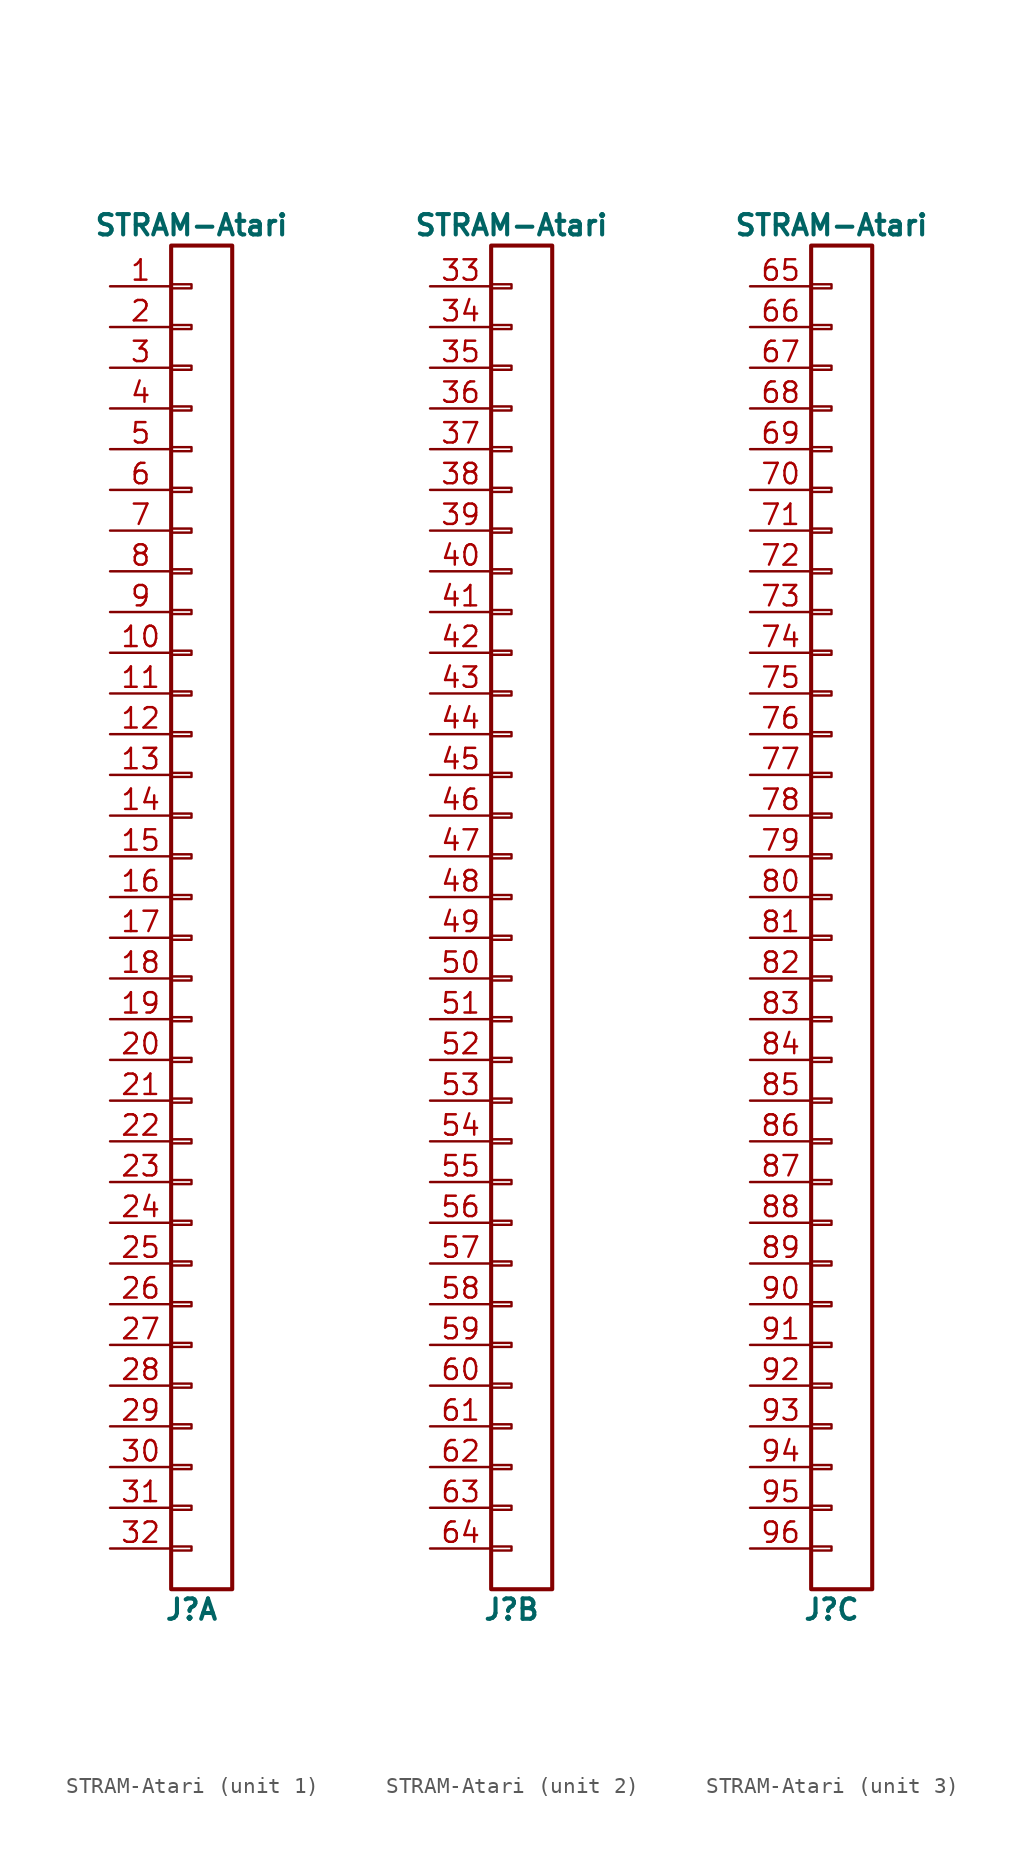
<source format=kicad_sym>
(kicad_symbol_lib
  (version 20231120)
  (generator "kicad_symbol_editor")
  (generator_version "8.0")
  (symbol "STRAM-Atari"
    (pin_names
      (offset 1.016) hide)
    (property "Reference" "J"
      (at 0 -44.45 0)
      (effects (font (size 1.27 1.27) (bold yes))))
    (property "Value" "STRAM-Atari"
      (at 0 41.91 0)
      (effects (font (size 1.27 1.27) (bold yes))))
    (symbol "STRAM-Atari_1_1"
      (rectangle (start -1.27 -40.513) (end 0 -40.767) (stroke (width 0.152) (type solid)) (fill (type none)))
      (rectangle (start -1.27 -37.973) (end 0 -38.227) (stroke (width 0.152) (type solid)) (fill (type none)))
      (rectangle (start -1.27 -35.433) (end 0 -35.687) (stroke (width 0.152) (type solid)) (fill (type none)))
      (rectangle (start -1.27 -32.893) (end 0 -33.147) (stroke (width 0.152) (type solid)) (fill (type none)))
      (rectangle (start -1.27 -30.353) (end 0 -30.607) (stroke (width 0.152) (type solid)) (fill (type none)))
      (rectangle (start -1.27 -27.813) (end 0 -28.067) (stroke (width 0.152) (type solid)) (fill (type none)))
      (rectangle (start -1.27 -25.273) (end 0 -25.527) (stroke (width 0.152) (type solid)) (fill (type none)))
      (rectangle (start -1.27 -22.733) (end 0 -22.987) (stroke (width 0.152) (type solid)) (fill (type none)))
      (rectangle (start -1.27 -20.193) (end 0 -20.447) (stroke (width 0.152) (type solid)) (fill (type none)))
      (rectangle (start -1.27 -17.653) (end 0 -17.907) (stroke (width 0.152) (type solid)) (fill (type none)))
      (rectangle (start -1.27 -15.113) (end 0 -15.367) (stroke (width 0.152) (type solid)) (fill (type none)))
      (rectangle (start -1.27 -12.573) (end 0 -12.827) (stroke (width 0.152) (type solid)) (fill (type none)))
      (rectangle (start -1.27 -10.033) (end 0 -10.287) (stroke (width 0.152) (type solid)) (fill (type none)))
      (rectangle (start -1.27 -7.493) (end 0 -7.747) (stroke (width 0.152) (type solid)) (fill (type none)))
      (rectangle (start -1.27 -4.953) (end 0 -5.207) (stroke (width 0.152) (type solid)) (fill (type none)))
      (rectangle (start -1.27 -2.413) (end 0 -2.667) (stroke (width 0.152) (type solid)) (fill (type none)))
      (rectangle (start -1.27 0.127) (end 0 -0.127) (stroke (width 0.152) (type solid)) (fill (type none)))
      (rectangle (start -1.27 2.667) (end 0 2.413) (stroke (width 0.152) (type solid)) (fill (type none)))
      (rectangle (start -1.27 5.207) (end 0 4.953) (stroke (width 0.152) (type solid)) (fill (type none)))
      (rectangle (start -1.27 7.747) (end 0 7.493) (stroke (width 0.152) (type solid)) (fill (type none)))
      (rectangle (start -1.27 10.287) (end 0 10.033) (stroke (width 0.152) (type solid)) (fill (type none)))
      (rectangle (start -1.27 12.827) (end 0 12.573) (stroke (width 0.152) (type solid)) (fill (type none)))
      (rectangle (start -1.27 15.367) (end 0 15.113) (stroke (width 0.152) (type solid)) (fill (type none)))
      (rectangle (start -1.27 17.907) (end 0 17.653) (stroke (width 0.152) (type solid)) (fill (type none)))
      (rectangle (start -1.27 20.447) (end 0 20.193) (stroke (width 0.152) (type solid)) (fill (type none)))
      (rectangle (start -1.27 22.987) (end 0 22.733) (stroke (width 0.152) (type solid)) (fill (type none)))
      (rectangle (start -1.27 25.527) (end 0 25.273) (stroke (width 0.152) (type solid)) (fill (type none)))
      (rectangle (start -1.27 28.067) (end 0 27.813) (stroke (width 0.152) (type solid)) (fill (type none)))
      (rectangle (start -1.27 30.607) (end 0 30.353) (stroke (width 0.152) (type solid)) (fill (type none)))
      (rectangle (start -1.27 33.147) (end 0 32.893) (stroke (width 0.152) (type solid)) (fill (type none)))
      (rectangle (start -1.27 35.687) (end 0 35.433) (stroke (width 0.152) (type solid)) (fill (type none)))
      (rectangle (start -1.27 38.227) (end 0 37.973) (stroke (width 0.152) (type solid)) (fill (type none)))
      (rectangle (start -1.27 40.64) (end 2.54 -43.18) (stroke (width 0.254) (type solid)) (fill (type none)))
      (pin passive line (at -5.08 38.1 0) (length 3.81) (name "Pin_1" (effects (font (size 1.27 1.27)))) (number "1" (effects (font (size 1.27 1.27)))))
      (pin passive line (at -5.08 15.24 0) (length 3.81) (name "Pin_10" (effects (font (size 1.27 1.27)))) (number "10" (effects (font (size 1.27 1.27)))))
      (pin passive line (at -5.08 12.7 0) (length 3.81) (name "Pin_11" (effects (font (size 1.27 1.27)))) (number "11" (effects (font (size 1.27 1.27)))))
      (pin passive line (at -5.08 10.16 0) (length 3.81) (name "Pin_12" (effects (font (size 1.27 1.27)))) (number "12" (effects (font (size 1.27 1.27)))))
      (pin passive line (at -5.08 7.62 0) (length 3.81) (name "Pin_13" (effects (font (size 1.27 1.27)))) (number "13" (effects (font (size 1.27 1.27)))))
      (pin passive line (at -5.08 5.08 0) (length 3.81) (name "Pin_14" (effects (font (size 1.27 1.27)))) (number "14" (effects (font (size 1.27 1.27)))))
      (pin passive line (at -5.08 2.54 0) (length 3.81) (name "Pin_15" (effects (font (size 1.27 1.27)))) (number "15" (effects (font (size 1.27 1.27)))))
      (pin passive line (at -5.08 0 0) (length 3.81) (name "Pin_16" (effects (font (size 1.27 1.27)))) (number "16" (effects (font (size 1.27 1.27)))))
      (pin passive line (at -5.08 -2.54 0) (length 3.81) (name "Pin_17" (effects (font (size 1.27 1.27)))) (number "17" (effects (font (size 1.27 1.27)))))
      (pin passive line (at -5.08 -5.08 0) (length 3.81) (name "Pin_18" (effects (font (size 1.27 1.27)))) (number "18" (effects (font (size 1.27 1.27)))))
      (pin passive line (at -5.08 -7.62 0) (length 3.81) (name "Pin_19" (effects (font (size 1.27 1.27)))) (number "19" (effects (font (size 1.27 1.27)))))
      (pin passive line (at -5.08 35.56 0) (length 3.81) (name "Pin_2" (effects (font (size 1.27 1.27)))) (number "2" (effects (font (size 1.27 1.27)))))
      (pin passive line (at -5.08 -10.16 0) (length 3.81) (name "Pin_20" (effects (font (size 1.27 1.27)))) (number "20" (effects (font (size 1.27 1.27)))))
      (pin passive line (at -5.08 -12.7 0) (length 3.81) (name "Pin_21" (effects (font (size 1.27 1.27)))) (number "21" (effects (font (size 1.27 1.27)))))
      (pin passive line (at -5.08 -15.24 0) (length 3.81) (name "Pin_22" (effects (font (size 1.27 1.27)))) (number "22" (effects (font (size 1.27 1.27)))))
      (pin passive line (at -5.08 -17.78 0) (length 3.81) (name "Pin_23" (effects (font (size 1.27 1.27)))) (number "23" (effects (font (size 1.27 1.27)))))
      (pin passive line (at -5.08 -20.32 0) (length 3.81) (name "Pin_24" (effects (font (size 1.27 1.27)))) (number "24" (effects (font (size 1.27 1.27)))))
      (pin passive line (at -5.08 -22.86 0) (length 3.81) (name "Pin_25" (effects (font (size 1.27 1.27)))) (number "25" (effects (font (size 1.27 1.27)))))
      (pin passive line (at -5.08 -25.4 0) (length 3.81) (name "Pin_26" (effects (font (size 1.27 1.27)))) (number "26" (effects (font (size 1.27 1.27)))))
      (pin passive line (at -5.08 -27.94 0) (length 3.81) (name "Pin_27" (effects (font (size 1.27 1.27)))) (number "27" (effects (font (size 1.27 1.27)))))
      (pin passive line (at -5.08 -30.48 0) (length 3.81) (name "Pin_28" (effects (font (size 1.27 1.27)))) (number "28" (effects (font (size 1.27 1.27)))))
      (pin passive line (at -5.08 -33.02 0) (length 3.81) (name "Pin_29" (effects (font (size 1.27 1.27)))) (number "29" (effects (font (size 1.27 1.27)))))
      (pin passive line (at -5.08 33.02 0) (length 3.81) (name "Pin_3" (effects (font (size 1.27 1.27)))) (number "3" (effects (font (size 1.27 1.27)))))
      (pin passive line (at -5.08 -35.56 0) (length 3.81) (name "Pin_30" (effects (font (size 1.27 1.27)))) (number "30" (effects (font (size 1.27 1.27)))))
      (pin passive line (at -5.08 -38.1 0) (length 3.81) (name "Pin_31" (effects (font (size 1.27 1.27)))) (number "31" (effects (font (size 1.27 1.27)))))
      (pin passive line (at -5.08 -40.64 0) (length 3.81) (name "Pin_32" (effects (font (size 1.27 1.27)))) (number "32" (effects (font (size 1.27 1.27)))))
      (pin passive line (at -5.08 30.48 0) (length 3.81) (name "Pin_4" (effects (font (size 1.27 1.27)))) (number "4" (effects (font (size 1.27 1.27)))))
      (pin passive line (at -5.08 27.94 0) (length 3.81) (name "Pin_5" (effects (font (size 1.27 1.27)))) (number "5" (effects (font (size 1.27 1.27)))))
      (pin passive line (at -5.08 25.4 0) (length 3.81) (name "Pin_6" (effects (font (size 1.27 1.27)))) (number "6" (effects (font (size 1.27 1.27)))))
      (pin passive line (at -5.08 22.86 0) (length 3.81) (name "Pin_7" (effects (font (size 1.27 1.27)))) (number "7" (effects (font (size 1.27 1.27)))))
      (pin passive line (at -5.08 20.32 0) (length 3.81) (name "Pin_8" (effects (font (size 1.27 1.27)))) (number "8" (effects (font (size 1.27 1.27)))))
      (pin passive line (at -5.08 17.78 0) (length 3.81) (name "Pin_9" (effects (font (size 1.27 1.27)))) (number "9" (effects (font (size 1.27 1.27))))))
    (symbol "STRAM-Atari_2_1"
      (rectangle (start -1.27 -40.513) (end 0 -40.767) (stroke (width 0.152) (type solid)) (fill (type none)))
      (rectangle (start -1.27 -37.973) (end 0 -38.227) (stroke (width 0.152) (type solid)) (fill (type none)))
      (rectangle (start -1.27 -35.433) (end 0 -35.687) (stroke (width 0.152) (type solid)) (fill (type none)))
      (rectangle (start -1.27 -32.893) (end 0 -33.147) (stroke (width 0.152) (type solid)) (fill (type none)))
      (rectangle (start -1.27 -30.353) (end 0 -30.607) (stroke (width 0.152) (type solid)) (fill (type none)))
      (rectangle (start -1.27 -27.813) (end 0 -28.067) (stroke (width 0.152) (type solid)) (fill (type none)))
      (rectangle (start -1.27 -25.273) (end 0 -25.527) (stroke (width 0.152) (type solid)) (fill (type none)))
      (rectangle (start -1.27 -22.733) (end 0 -22.987) (stroke (width 0.152) (type solid)) (fill (type none)))
      (rectangle (start -1.27 -20.193) (end 0 -20.447) (stroke (width 0.152) (type solid)) (fill (type none)))
      (rectangle (start -1.27 -17.653) (end 0 -17.907) (stroke (width 0.152) (type solid)) (fill (type none)))
      (rectangle (start -1.27 -15.113) (end 0 -15.367) (stroke (width 0.152) (type solid)) (fill (type none)))
      (rectangle (start -1.27 -12.573) (end 0 -12.827) (stroke (width 0.152) (type solid)) (fill (type none)))
      (rectangle (start -1.27 -10.033) (end 0 -10.287) (stroke (width 0.152) (type solid)) (fill (type none)))
      (rectangle (start -1.27 -7.493) (end 0 -7.747) (stroke (width 0.152) (type solid)) (fill (type none)))
      (rectangle (start -1.27 -4.953) (end 0 -5.207) (stroke (width 0.152) (type solid)) (fill (type none)))
      (rectangle (start -1.27 -2.413) (end 0 -2.667) (stroke (width 0.152) (type solid)) (fill (type none)))
      (rectangle (start -1.27 0.127) (end 0 -0.127) (stroke (width 0.152) (type solid)) (fill (type none)))
      (rectangle (start -1.27 2.667) (end 0 2.413) (stroke (width 0.152) (type solid)) (fill (type none)))
      (rectangle (start -1.27 5.207) (end 0 4.953) (stroke (width 0.152) (type solid)) (fill (type none)))
      (rectangle (start -1.27 7.747) (end 0 7.493) (stroke (width 0.152) (type solid)) (fill (type none)))
      (rectangle (start -1.27 10.287) (end 0 10.033) (stroke (width 0.152) (type solid)) (fill (type none)))
      (rectangle (start -1.27 12.827) (end 0 12.573) (stroke (width 0.152) (type solid)) (fill (type none)))
      (rectangle (start -1.27 15.367) (end 0 15.113) (stroke (width 0.152) (type solid)) (fill (type none)))
      (rectangle (start -1.27 17.907) (end 0 17.653) (stroke (width 0.152) (type solid)) (fill (type none)))
      (rectangle (start -1.27 20.447) (end 0 20.193) (stroke (width 0.152) (type solid)) (fill (type none)))
      (rectangle (start -1.27 22.987) (end 0 22.733) (stroke (width 0.152) (type solid)) (fill (type none)))
      (rectangle (start -1.27 25.527) (end 0 25.273) (stroke (width 0.152) (type solid)) (fill (type none)))
      (rectangle (start -1.27 28.067) (end 0 27.813) (stroke (width 0.152) (type solid)) (fill (type none)))
      (rectangle (start -1.27 30.607) (end 0 30.353) (stroke (width 0.152) (type solid)) (fill (type none)))
      (rectangle (start -1.27 33.147) (end 0 32.893) (stroke (width 0.152) (type solid)) (fill (type none)))
      (rectangle (start -1.27 35.687) (end 0 35.433) (stroke (width 0.152) (type solid)) (fill (type none)))
      (rectangle (start -1.27 38.227) (end 0 37.973) (stroke (width 0.152) (type solid)) (fill (type none)))
      (rectangle (start -1.27 40.64) (end 2.54 -43.18) (stroke (width 0.254) (type solid)) (fill (type none)))
      (pin passive line (at -5.08 38.1 0) (length 3.81) (name "Pin_1" (effects (font (size 1.27 1.27)))) (number "33" (effects (font (size 1.27 1.27)))))
      (pin passive line (at -5.08 35.56 0) (length 3.81) (name "Pin_2" (effects (font (size 1.27 1.27)))) (number "34" (effects (font (size 1.27 1.27)))))
      (pin passive line (at -5.08 33.02 0) (length 3.81) (name "Pin_3" (effects (font (size 1.27 1.27)))) (number "35" (effects (font (size 1.27 1.27)))))
      (pin passive line (at -5.08 30.48 0) (length 3.81) (name "Pin_4" (effects (font (size 1.27 1.27)))) (number "36" (effects (font (size 1.27 1.27)))))
      (pin passive line (at -5.08 27.94 0) (length 3.81) (name "Pin_5" (effects (font (size 1.27 1.27)))) (number "37" (effects (font (size 1.27 1.27)))))
      (pin passive line (at -5.08 25.4 0) (length 3.81) (name "Pin_6" (effects (font (size 1.27 1.27)))) (number "38" (effects (font (size 1.27 1.27)))))
      (pin passive line (at -5.08 22.86 0) (length 3.81) (name "Pin_7" (effects (font (size 1.27 1.27)))) (number "39" (effects (font (size 1.27 1.27)))))
      (pin passive line (at -5.08 20.32 0) (length 3.81) (name "Pin_8" (effects (font (size 1.27 1.27)))) (number "40" (effects (font (size 1.27 1.27)))))
      (pin passive line (at -5.08 17.78 0) (length 3.81) (name "Pin_9" (effects (font (size 1.27 1.27)))) (number "41" (effects (font (size 1.27 1.27)))))
      (pin passive line (at -5.08 15.24 0) (length 3.81) (name "Pin_10" (effects (font (size 1.27 1.27)))) (number "42" (effects (font (size 1.27 1.27)))))
      (pin passive line (at -5.08 12.7 0) (length 3.81) (name "Pin_11" (effects (font (size 1.27 1.27)))) (number "43" (effects (font (size 1.27 1.27)))))
      (pin passive line (at -5.08 10.16 0) (length 3.81) (name "Pin_12" (effects (font (size 1.27 1.27)))) (number "44" (effects (font (size 1.27 1.27)))))
      (pin passive line (at -5.08 7.62 0) (length 3.81) (name "Pin_13" (effects (font (size 1.27 1.27)))) (number "45" (effects (font (size 1.27 1.27)))))
      (pin passive line (at -5.08 5.08 0) (length 3.81) (name "Pin_14" (effects (font (size 1.27 1.27)))) (number "46" (effects (font (size 1.27 1.27)))))
      (pin passive line (at -5.08 2.54 0) (length 3.81) (name "Pin_15" (effects (font (size 1.27 1.27)))) (number "47" (effects (font (size 1.27 1.27)))))
      (pin passive line (at -5.08 0 0) (length 3.81) (name "Pin_16" (effects (font (size 1.27 1.27)))) (number "48" (effects (font (size 1.27 1.27)))))
      (pin passive line (at -5.08 -2.54 0) (length 3.81) (name "Pin_17" (effects (font (size 1.27 1.27)))) (number "49" (effects (font (size 1.27 1.27)))))
      (pin passive line (at -5.08 -5.08 0) (length 3.81) (name "Pin_18" (effects (font (size 1.27 1.27)))) (number "50" (effects (font (size 1.27 1.27)))))
      (pin passive line (at -5.08 -7.62 0) (length 3.81) (name "Pin_19" (effects (font (size 1.27 1.27)))) (number "51" (effects (font (size 1.27 1.27)))))
      (pin passive line (at -5.08 -10.16 0) (length 3.81) (name "Pin_20" (effects (font (size 1.27 1.27)))) (number "52" (effects (font (size 1.27 1.27)))))
      (pin passive line (at -5.08 -12.7 0) (length 3.81) (name "Pin_21" (effects (font (size 1.27 1.27)))) (number "53" (effects (font (size 1.27 1.27)))))
      (pin passive line (at -5.08 -15.24 0) (length 3.81) (name "Pin_22" (effects (font (size 1.27 1.27)))) (number "54" (effects (font (size 1.27 1.27)))))
      (pin passive line (at -5.08 -17.78 0) (length 3.81) (name "Pin_23" (effects (font (size 1.27 1.27)))) (number "55" (effects (font (size 1.27 1.27)))))
      (pin passive line (at -5.08 -20.32 0) (length 3.81) (name "Pin_24" (effects (font (size 1.27 1.27)))) (number "56" (effects (font (size 1.27 1.27)))))
      (pin passive line (at -5.08 -22.86 0) (length 3.81) (name "Pin_25" (effects (font (size 1.27 1.27)))) (number "57" (effects (font (size 1.27 1.27)))))
      (pin passive line (at -5.08 -25.4 0) (length 3.81) (name "Pin_26" (effects (font (size 1.27 1.27)))) (number "58" (effects (font (size 1.27 1.27)))))
      (pin passive line (at -5.08 -27.94 0) (length 3.81) (name "Pin_27" (effects (font (size 1.27 1.27)))) (number "59" (effects (font (size 1.27 1.27)))))
      (pin passive line (at -5.08 -30.48 0) (length 3.81) (name "Pin_28" (effects (font (size 1.27 1.27)))) (number "60" (effects (font (size 1.27 1.27)))))
      (pin passive line (at -5.08 -33.02 0) (length 3.81) (name "Pin_29" (effects (font (size 1.27 1.27)))) (number "61" (effects (font (size 1.27 1.27)))))
      (pin passive line (at -5.08 -35.56 0) (length 3.81) (name "Pin_30" (effects (font (size 1.27 1.27)))) (number "62" (effects (font (size 1.27 1.27)))))
      (pin passive line (at -5.08 -38.1 0) (length 3.81) (name "Pin_31" (effects (font (size 1.27 1.27)))) (number "63" (effects (font (size 1.27 1.27)))))
      (pin passive line (at -5.08 -40.64 0) (length 3.81) (name "Pin_32" (effects (font (size 1.27 1.27)))) (number "64" (effects (font (size 1.27 1.27))))))
    (symbol "STRAM-Atari_3_1"
      (rectangle (start -1.27 -40.513) (end 0 -40.767) (stroke (width 0.152) (type solid)) (fill (type none)))
      (rectangle (start -1.27 -37.973) (end 0 -38.227) (stroke (width 0.152) (type solid)) (fill (type none)))
      (rectangle (start -1.27 -35.433) (end 0 -35.687) (stroke (width 0.152) (type solid)) (fill (type none)))
      (rectangle (start -1.27 -32.893) (end 0 -33.147) (stroke (width 0.152) (type solid)) (fill (type none)))
      (rectangle (start -1.27 -30.353) (end 0 -30.607) (stroke (width 0.152) (type solid)) (fill (type none)))
      (rectangle (start -1.27 -27.813) (end 0 -28.067) (stroke (width 0.152) (type solid)) (fill (type none)))
      (rectangle (start -1.27 -25.273) (end 0 -25.527) (stroke (width 0.152) (type solid)) (fill (type none)))
      (rectangle (start -1.27 -22.733) (end 0 -22.987) (stroke (width 0.152) (type solid)) (fill (type none)))
      (rectangle (start -1.27 -20.193) (end 0 -20.447) (stroke (width 0.152) (type solid)) (fill (type none)))
      (rectangle (start -1.27 -17.653) (end 0 -17.907) (stroke (width 0.152) (type solid)) (fill (type none)))
      (rectangle (start -1.27 -15.113) (end 0 -15.367) (stroke (width 0.152) (type solid)) (fill (type none)))
      (rectangle (start -1.27 -12.573) (end 0 -12.827) (stroke (width 0.152) (type solid)) (fill (type none)))
      (rectangle (start -1.27 -10.033) (end 0 -10.287) (stroke (width 0.152) (type solid)) (fill (type none)))
      (rectangle (start -1.27 -7.493) (end 0 -7.747) (stroke (width 0.152) (type solid)) (fill (type none)))
      (rectangle (start -1.27 -4.953) (end 0 -5.207) (stroke (width 0.152) (type solid)) (fill (type none)))
      (rectangle (start -1.27 -2.413) (end 0 -2.667) (stroke (width 0.152) (type solid)) (fill (type none)))
      (rectangle (start -1.27 0.127) (end 0 -0.127) (stroke (width 0.152) (type solid)) (fill (type none)))
      (rectangle (start -1.27 2.667) (end 0 2.413) (stroke (width 0.152) (type solid)) (fill (type none)))
      (rectangle (start -1.27 5.207) (end 0 4.953) (stroke (width 0.152) (type solid)) (fill (type none)))
      (rectangle (start -1.27 7.747) (end 0 7.493) (stroke (width 0.152) (type solid)) (fill (type none)))
      (rectangle (start -1.27 10.287) (end 0 10.033) (stroke (width 0.152) (type solid)) (fill (type none)))
      (rectangle (start -1.27 12.827) (end 0 12.573) (stroke (width 0.152) (type solid)) (fill (type none)))
      (rectangle (start -1.27 15.367) (end 0 15.113) (stroke (width 0.152) (type solid)) (fill (type none)))
      (rectangle (start -1.27 17.907) (end 0 17.653) (stroke (width 0.152) (type solid)) (fill (type none)))
      (rectangle (start -1.27 20.447) (end 0 20.193) (stroke (width 0.152) (type solid)) (fill (type none)))
      (rectangle (start -1.27 22.987) (end 0 22.733) (stroke (width 0.152) (type solid)) (fill (type none)))
      (rectangle (start -1.27 25.527) (end 0 25.273) (stroke (width 0.152) (type solid)) (fill (type none)))
      (rectangle (start -1.27 28.067) (end 0 27.813) (stroke (width 0.152) (type solid)) (fill (type none)))
      (rectangle (start -1.27 30.607) (end 0 30.353) (stroke (width 0.152) (type solid)) (fill (type none)))
      (rectangle (start -1.27 33.147) (end 0 32.893) (stroke (width 0.152) (type solid)) (fill (type none)))
      (rectangle (start -1.27 35.687) (end 0 35.433) (stroke (width 0.152) (type solid)) (fill (type none)))
      (rectangle (start -1.27 38.227) (end 0 37.973) (stroke (width 0.152) (type solid)) (fill (type none)))
      (rectangle (start -1.27 40.64) (end 2.54 -43.18) (stroke (width 0.254) (type solid)) (fill (type none)))
      (pin passive line (at -5.08 38.1 0) (length 3.81) (name "Pin_1" (effects (font (size 1.27 1.27)))) (number "65" (effects (font (size 1.27 1.27)))))
      (pin passive line (at -5.08 35.56 0) (length 3.81) (name "Pin_2" (effects (font (size 1.27 1.27)))) (number "66" (effects (font (size 1.27 1.27)))))
      (pin passive line (at -5.08 33.02 0) (length 3.81) (name "Pin_3" (effects (font (size 1.27 1.27)))) (number "67" (effects (font (size 1.27 1.27)))))
      (pin passive line (at -5.08 30.48 0) (length 3.81) (name "Pin_4" (effects (font (size 1.27 1.27)))) (number "68" (effects (font (size 1.27 1.27)))))
      (pin passive line (at -5.08 27.94 0) (length 3.81) (name "Pin_5" (effects (font (size 1.27 1.27)))) (number "69" (effects (font (size 1.27 1.27)))))
      (pin passive line (at -5.08 25.4 0) (length 3.81) (name "Pin_6" (effects (font (size 1.27 1.27)))) (number "70" (effects (font (size 1.27 1.27)))))
      (pin passive line (at -5.08 22.86 0) (length 3.81) (name "Pin_7" (effects (font (size 1.27 1.27)))) (number "71" (effects (font (size 1.27 1.27)))))
      (pin passive line (at -5.08 20.32 0) (length 3.81) (name "Pin_8" (effects (font (size 1.27 1.27)))) (number "72" (effects (font (size 1.27 1.27)))))
      (pin passive line (at -5.08 17.78 0) (length 3.81) (name "Pin_9" (effects (font (size 1.27 1.27)))) (number "73" (effects (font (size 1.27 1.27)))))
      (pin passive line (at -5.08 15.24 0) (length 3.81) (name "Pin_10" (effects (font (size 1.27 1.27)))) (number "74" (effects (font (size 1.27 1.27)))))
      (pin passive line (at -5.08 12.7 0) (length 3.81) (name "Pin_11" (effects (font (size 1.27 1.27)))) (number "75" (effects (font (size 1.27 1.27)))))
      (pin passive line (at -5.08 10.16 0) (length 3.81) (name "Pin_12" (effects (font (size 1.27 1.27)))) (number "76" (effects (font (size 1.27 1.27)))))
      (pin passive line (at -5.08 7.62 0) (length 3.81) (name "Pin_13" (effects (font (size 1.27 1.27)))) (number "77" (effects (font (size 1.27 1.27)))))
      (pin passive line (at -5.08 5.08 0) (length 3.81) (name "Pin_14" (effects (font (size 1.27 1.27)))) (number "78" (effects (font (size 1.27 1.27)))))
      (pin passive line (at -5.08 2.54 0) (length 3.81) (name "Pin_15" (effects (font (size 1.27 1.27)))) (number "79" (effects (font (size 1.27 1.27)))))
      (pin passive line (at -5.08 0 0) (length 3.81) (name "Pin_16" (effects (font (size 1.27 1.27)))) (number "80" (effects (font (size 1.27 1.27)))))
      (pin passive line (at -5.08 -2.54 0) (length 3.81) (name "Pin_17" (effects (font (size 1.27 1.27)))) (number "81" (effects (font (size 1.27 1.27)))))
      (pin passive line (at -5.08 -5.08 0) (length 3.81) (name "Pin_18" (effects (font (size 1.27 1.27)))) (number "82" (effects (font (size 1.27 1.27)))))
      (pin passive line (at -5.08 -7.62 0) (length 3.81) (name "Pin_19" (effects (font (size 1.27 1.27)))) (number "83" (effects (font (size 1.27 1.27)))))
      (pin passive line (at -5.08 -10.16 0) (length 3.81) (name "Pin_20" (effects (font (size 1.27 1.27)))) (number "84" (effects (font (size 1.27 1.27)))))
      (pin passive line (at -5.08 -12.7 0) (length 3.81) (name "Pin_21" (effects (font (size 1.27 1.27)))) (number "85" (effects (font (size 1.27 1.27)))))
      (pin passive line (at -5.08 -15.24 0) (length 3.81) (name "Pin_22" (effects (font (size 1.27 1.27)))) (number "86" (effects (font (size 1.27 1.27)))))
      (pin passive line (at -5.08 -17.78 0) (length 3.81) (name "Pin_23" (effects (font (size 1.27 1.27)))) (number "87" (effects (font (size 1.27 1.27)))))
      (pin passive line (at -5.08 -20.32 0) (length 3.81) (name "Pin_24" (effects (font (size 1.27 1.27)))) (number "88" (effects (font (size 1.27 1.27)))))
      (pin passive line (at -5.08 -22.86 0) (length 3.81) (name "Pin_25" (effects (font (size 1.27 1.27)))) (number "89" (effects (font (size 1.27 1.27)))))
      (pin passive line (at -5.08 -25.4 0) (length 3.81) (name "Pin_26" (effects (font (size 1.27 1.27)))) (number "90" (effects (font (size 1.27 1.27)))))
      (pin passive line (at -5.08 -27.94 0) (length 3.81) (name "Pin_27" (effects (font (size 1.27 1.27)))) (number "91" (effects (font (size 1.27 1.27)))))
      (pin passive line (at -5.08 -30.48 0) (length 3.81) (name "Pin_28" (effects (font (size 1.27 1.27)))) (number "92" (effects (font (size 1.27 1.27)))))
      (pin passive line (at -5.08 -33.02 0) (length 3.81) (name "Pin_29" (effects (font (size 1.27 1.27)))) (number "93" (effects (font (size 1.27 1.27)))))
      (pin passive line (at -5.08 -35.56 0) (length 3.81) (name "Pin_30" (effects (font (size 1.27 1.27)))) (number "94" (effects (font (size 1.27 1.27)))))
      (pin passive line (at -5.08 -38.1 0) (length 3.81) (name "Pin_31" (effects (font (size 1.27 1.27)))) (number "95" (effects (font (size 1.27 1.27)))))
      (pin passive line (at -5.08 -40.64 0) (length 3.81) (name "Pin_32" (effects (font (size 1.27 1.27)))) (number "96" (effects (font (size 1.27 1.27))))))))
</source>
